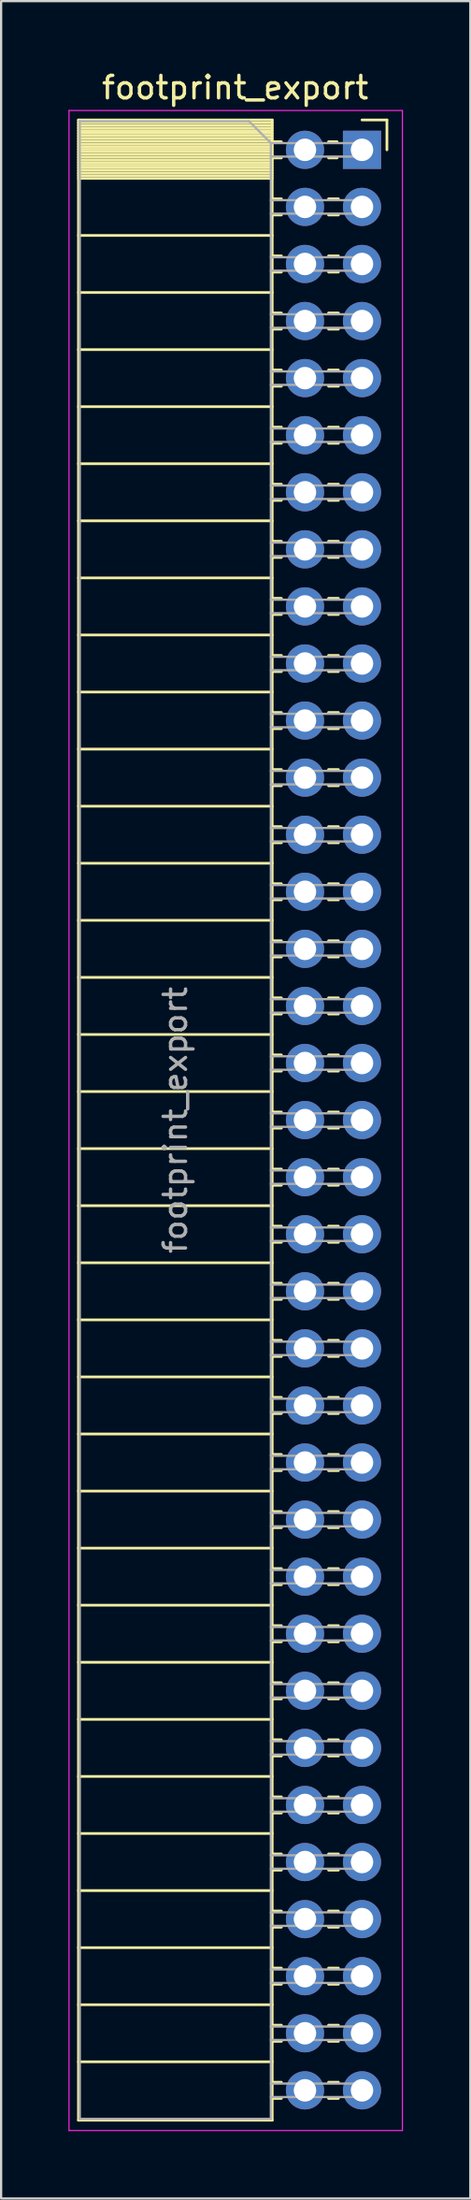
<source format=kicad_pcb>
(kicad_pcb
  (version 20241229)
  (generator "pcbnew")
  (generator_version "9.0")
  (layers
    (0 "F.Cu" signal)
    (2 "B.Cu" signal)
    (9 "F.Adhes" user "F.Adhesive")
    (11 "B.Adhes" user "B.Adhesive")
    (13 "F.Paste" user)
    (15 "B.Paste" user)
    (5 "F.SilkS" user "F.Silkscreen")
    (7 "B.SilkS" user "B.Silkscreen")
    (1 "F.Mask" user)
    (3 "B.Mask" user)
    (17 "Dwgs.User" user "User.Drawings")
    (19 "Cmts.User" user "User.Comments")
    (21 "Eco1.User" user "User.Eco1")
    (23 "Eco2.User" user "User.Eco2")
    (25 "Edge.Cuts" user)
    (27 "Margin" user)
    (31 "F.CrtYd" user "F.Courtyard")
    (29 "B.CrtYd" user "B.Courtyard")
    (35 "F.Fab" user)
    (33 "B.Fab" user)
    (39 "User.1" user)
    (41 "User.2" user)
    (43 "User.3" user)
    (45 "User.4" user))
  (footprint "footprint_export"
    (layer "F.Cu")
    (at 13.075 3.618)
    (property "Reference" "footprint_export" (at -5.65 -2.77 0) (layer "F.SilkS") (effects (font (size 1 1) (thickness 0.15))))
    (attr through_hole)
    (fp_line (start -12.63 -1.33) (end -12.63 87.69) (stroke (width 0.12) (type solid)) (layer "F.SilkS"))
    (fp_line (start -12.63 -1.33) (end -4 -1.33) (stroke (width 0.12) (type solid)) (layer "F.SilkS"))
    (fp_line (start -12.63 -1.21) (end -4 -1.21) (stroke (width 0.12) (type solid)) (layer "F.SilkS"))
    (fp_line (start -12.63 -1.092) (end -4 -1.092) (stroke (width 0.12) (type solid)) (layer "F.SilkS"))
    (fp_line (start -12.63 -0.974) (end -4 -0.974) (stroke (width 0.12) (type solid)) (layer "F.SilkS"))
    (fp_line (start -12.63 -0.856) (end -4 -0.856) (stroke (width 0.12) (type solid)) (layer "F.SilkS"))
    (fp_line (start -12.63 -0.738) (end -4 -0.738) (stroke (width 0.12) (type solid)) (layer "F.SilkS"))
    (fp_line (start -12.63 -0.62) (end -4 -0.62) (stroke (width 0.12) (type solid)) (layer "F.SilkS"))
    (fp_line (start -12.63 -0.501) (end -4 -0.501) (stroke (width 0.12) (type solid)) (layer "F.SilkS"))
    (fp_line (start -12.63 -0.383) (end -4 -0.383) (stroke (width 0.12) (type solid)) (layer "F.SilkS"))
    (fp_line (start -12.63 -0.265) (end -4 -0.265) (stroke (width 0.12) (type solid)) (layer "F.SilkS"))
    (fp_line (start -12.63 -0.147) (end -4 -0.147) (stroke (width 0.12) (type solid)) (layer "F.SilkS"))
    (fp_line (start -12.63 -0.029) (end -4 -0.029) (stroke (width 0.12) (type solid)) (layer "F.SilkS"))
    (fp_line (start -12.63 0.089) (end -4 0.089) (stroke (width 0.12) (type solid)) (layer "F.SilkS"))
    (fp_line (start -12.63 0.207) (end -4 0.207) (stroke (width 0.12) (type solid)) (layer "F.SilkS"))
    (fp_line (start -12.63 0.325) (end -4 0.325) (stroke (width 0.12) (type solid)) (layer "F.SilkS"))
    (fp_line (start -12.63 0.443) (end -4 0.443) (stroke (width 0.12) (type solid)) (layer "F.SilkS"))
    (fp_line (start -12.63 0.561) (end -4 0.561) (stroke (width 0.12) (type solid)) (layer "F.SilkS"))
    (fp_line (start -12.63 0.68) (end -4 0.68) (stroke (width 0.12) (type solid)) (layer "F.SilkS"))
    (fp_line (start -12.63 0.798) (end -4 0.798) (stroke (width 0.12) (type solid)) (layer "F.SilkS"))
    (fp_line (start -12.63 0.916) (end -4 0.916) (stroke (width 0.12) (type solid)) (layer "F.SilkS"))
    (fp_line (start -12.63 1.034) (end -4 1.034) (stroke (width 0.12) (type solid)) (layer "F.SilkS"))
    (fp_line (start -12.63 1.152) (end -4 1.152) (stroke (width 0.12) (type solid)) (layer "F.SilkS"))
    (fp_line (start -12.63 1.27) (end -4 1.27) (stroke (width 0.12) (type solid)) (layer "F.SilkS"))
    (fp_line (start -12.63 3.81) (end -4 3.81) (stroke (width 0.12) (type solid)) (layer "F.SilkS"))
    (fp_line (start -12.63 6.35) (end -4 6.35) (stroke (width 0.12) (type solid)) (layer "F.SilkS"))
    (fp_line (start -12.63 8.89) (end -4 8.89) (stroke (width 0.12) (type solid)) (layer "F.SilkS"))
    (fp_line (start -12.63 11.43) (end -4 11.43) (stroke (width 0.12) (type solid)) (layer "F.SilkS"))
    (fp_line (start -12.63 13.97) (end -4 13.97) (stroke (width 0.12) (type solid)) (layer "F.SilkS"))
    (fp_line (start -12.63 16.51) (end -4 16.51) (stroke (width 0.12) (type solid)) (layer "F.SilkS"))
    (fp_line (start -12.63 19.05) (end -4 19.05) (stroke (width 0.12) (type solid)) (layer "F.SilkS"))
    (fp_line (start -12.63 21.59) (end -4 21.59) (stroke (width 0.12) (type solid)) (layer "F.SilkS"))
    (fp_line (start -12.63 24.13) (end -4 24.13) (stroke (width 0.12) (type solid)) (layer "F.SilkS"))
    (fp_line (start -12.63 26.67) (end -4 26.67) (stroke (width 0.12) (type solid)) (layer "F.SilkS"))
    (fp_line (start -12.63 29.21) (end -4 29.21) (stroke (width 0.12) (type solid)) (layer "F.SilkS"))
    (fp_line (start -12.63 31.75) (end -4 31.75) (stroke (width 0.12) (type solid)) (layer "F.SilkS"))
    (fp_line (start -12.63 34.29) (end -4 34.29) (stroke (width 0.12) (type solid)) (layer "F.SilkS"))
    (fp_line (start -12.63 36.83) (end -4 36.83) (stroke (width 0.12) (type solid)) (layer "F.SilkS"))
    (fp_line (start -12.63 39.37) (end -4 39.37) (stroke (width 0.12) (type solid)) (layer "F.SilkS"))
    (fp_line (start -12.63 41.91) (end -4 41.91) (stroke (width 0.12) (type solid)) (layer "F.SilkS"))
    (fp_line (start -12.63 44.45) (end -4 44.45) (stroke (width 0.12) (type solid)) (layer "F.SilkS"))
    (fp_line (start -12.63 46.99) (end -4 46.99) (stroke (width 0.12) (type solid)) (layer "F.SilkS"))
    (fp_line (start -12.63 49.53) (end -4 49.53) (stroke (width 0.12) (type solid)) (layer "F.SilkS"))
    (fp_line (start -12.63 52.07) (end -4 52.07) (stroke (width 0.12) (type solid)) (layer "F.SilkS"))
    (fp_line (start -12.63 54.61) (end -4 54.61) (stroke (width 0.12) (type solid)) (layer "F.SilkS"))
    (fp_line (start -12.63 57.15) (end -4 57.15) (stroke (width 0.12) (type solid)) (layer "F.SilkS"))
    (fp_line (start -12.63 59.69) (end -4 59.69) (stroke (width 0.12) (type solid)) (layer "F.SilkS"))
    (fp_line (start -12.63 62.23) (end -4 62.23) (stroke (width 0.12) (type solid)) (layer "F.SilkS"))
    (fp_line (start -12.63 64.77) (end -4 64.77) (stroke (width 0.12) (type solid)) (layer "F.SilkS"))
    (fp_line (start -12.63 67.31) (end -4 67.31) (stroke (width 0.12) (type solid)) (layer "F.SilkS"))
    (fp_line (start -12.63 69.85) (end -4 69.85) (stroke (width 0.12) (type solid)) (layer "F.SilkS"))
    (fp_line (start -12.63 72.39) (end -4 72.39) (stroke (width 0.12) (type solid)) (layer "F.SilkS"))
    (fp_line (start -12.63 74.93) (end -4 74.93) (stroke (width 0.12) (type solid)) (layer "F.SilkS"))
    (fp_line (start -12.63 77.47) (end -4 77.47) (stroke (width 0.12) (type solid)) (layer "F.SilkS"))
    (fp_line (start -12.63 80.01) (end -4 80.01) (stroke (width 0.12) (type solid)) (layer "F.SilkS"))
    (fp_line (start -12.63 82.55) (end -4 82.55) (stroke (width 0.12) (type solid)) (layer "F.SilkS"))
    (fp_line (start -12.63 85.09) (end -4 85.09) (stroke (width 0.12) (type solid)) (layer "F.SilkS"))
    (fp_line (start -12.63 87.69) (end -4 87.69) (stroke (width 0.12) (type solid)) (layer "F.SilkS"))
    (fp_line (start -4 -1.33) (end -4 87.69) (stroke (width 0.12) (type solid)) (layer "F.SilkS"))
    (fp_line (start -4 -0.36) (end -3.59 -0.36) (stroke (width 0.12) (type solid)) (layer "F.SilkS"))
    (fp_line (start -4 0.36) (end -3.59 0.36) (stroke (width 0.12) (type solid)) (layer "F.SilkS"))
    (fp_line (start -4 2.18) (end -3.59 2.18) (stroke (width 0.12) (type solid)) (layer "F.SilkS"))
    (fp_line (start -4 2.9) (end -3.59 2.9) (stroke (width 0.12) (type solid)) (layer "F.SilkS"))
    (fp_line (start -4 4.72) (end -3.59 4.72) (stroke (width 0.12) (type solid)) (layer "F.SilkS"))
    (fp_line (start -4 5.44) (end -3.59 5.44) (stroke (width 0.12) (type solid)) (layer "F.SilkS"))
    (fp_line (start -4 7.26) (end -3.59 7.26) (stroke (width 0.12) (type solid)) (layer "F.SilkS"))
    (fp_line (start -4 7.98) (end -3.59 7.98) (stroke (width 0.12) (type solid)) (layer "F.SilkS"))
    (fp_line (start -4 9.8) (end -3.59 9.8) (stroke (width 0.12) (type solid)) (layer "F.SilkS"))
    (fp_line (start -4 10.52) (end -3.59 10.52) (stroke (width 0.12) (type solid)) (layer "F.SilkS"))
    (fp_line (start -4 12.34) (end -3.59 12.34) (stroke (width 0.12) (type solid)) (layer "F.SilkS"))
    (fp_line (start -4 13.06) (end -3.59 13.06) (stroke (width 0.12) (type solid)) (layer "F.SilkS"))
    (fp_line (start -4 14.88) (end -3.59 14.88) (stroke (width 0.12) (type solid)) (layer "F.SilkS"))
    (fp_line (start -4 15.6) (end -3.59 15.6) (stroke (width 0.12) (type solid)) (layer "F.SilkS"))
    (fp_line (start -4 17.42) (end -3.59 17.42) (stroke (width 0.12) (type solid)) (layer "F.SilkS"))
    (fp_line (start -4 18.14) (end -3.59 18.14) (stroke (width 0.12) (type solid)) (layer "F.SilkS"))
    (fp_line (start -4 19.96) (end -3.59 19.96) (stroke (width 0.12) (type solid)) (layer "F.SilkS"))
    (fp_line (start -4 20.68) (end -3.59 20.68) (stroke (width 0.12) (type solid)) (layer "F.SilkS"))
    (fp_line (start -4 22.5) (end -3.59 22.5) (stroke (width 0.12) (type solid)) (layer "F.SilkS"))
    (fp_line (start -4 23.22) (end -3.59 23.22) (stroke (width 0.12) (type solid)) (layer "F.SilkS"))
    (fp_line (start -4 25.04) (end -3.59 25.04) (stroke (width 0.12) (type solid)) (layer "F.SilkS"))
    (fp_line (start -4 25.76) (end -3.59 25.76) (stroke (width 0.12) (type solid)) (layer "F.SilkS"))
    (fp_line (start -4 27.58) (end -3.59 27.58) (stroke (width 0.12) (type solid)) (layer "F.SilkS"))
    (fp_line (start -4 28.3) (end -3.59 28.3) (stroke (width 0.12) (type solid)) (layer "F.SilkS"))
    (fp_line (start -4 30.12) (end -3.59 30.12) (stroke (width 0.12) (type solid)) (layer "F.SilkS"))
    (fp_line (start -4 30.84) (end -3.59 30.84) (stroke (width 0.12) (type solid)) (layer "F.SilkS"))
    (fp_line (start -4 32.66) (end -3.59 32.66) (stroke (width 0.12) (type solid)) (layer "F.SilkS"))
    (fp_line (start -4 33.38) (end -3.59 33.38) (stroke (width 0.12) (type solid)) (layer "F.SilkS"))
    (fp_line (start -4 35.2) (end -3.59 35.2) (stroke (width 0.12) (type solid)) (layer "F.SilkS"))
    (fp_line (start -4 35.92) (end -3.59 35.92) (stroke (width 0.12) (type solid)) (layer "F.SilkS"))
    (fp_line (start -4 37.74) (end -3.59 37.74) (stroke (width 0.12) (type solid)) (layer "F.SilkS"))
    (fp_line (start -4 38.46) (end -3.59 38.46) (stroke (width 0.12) (type solid)) (layer "F.SilkS"))
    (fp_line (start -4 40.28) (end -3.59 40.28) (stroke (width 0.12) (type solid)) (layer "F.SilkS"))
    (fp_line (start -4 41) (end -3.59 41) (stroke (width 0.12) (type solid)) (layer "F.SilkS"))
    (fp_line (start -4 42.82) (end -3.59 42.82) (stroke (width 0.12) (type solid)) (layer "F.SilkS"))
    (fp_line (start -4 43.54) (end -3.59 43.54) (stroke (width 0.12) (type solid)) (layer "F.SilkS"))
    (fp_line (start -4 45.36) (end -3.59 45.36) (stroke (width 0.12) (type solid)) (layer "F.SilkS"))
    (fp_line (start -4 46.08) (end -3.59 46.08) (stroke (width 0.12) (type solid)) (layer "F.SilkS"))
    (fp_line (start -4 47.9) (end -3.59 47.9) (stroke (width 0.12) (type solid)) (layer "F.SilkS"))
    (fp_line (start -4 48.62) (end -3.59 48.62) (stroke (width 0.12) (type solid)) (layer "F.SilkS"))
    (fp_line (start -4 50.44) (end -3.59 50.44) (stroke (width 0.12) (type solid)) (layer "F.SilkS"))
    (fp_line (start -4 51.16) (end -3.59 51.16) (stroke (width 0.12) (type solid)) (layer "F.SilkS"))
    (fp_line (start -4 52.98) (end -3.59 52.98) (stroke (width 0.12) (type solid)) (layer "F.SilkS"))
    (fp_line (start -4 53.7) (end -3.59 53.7) (stroke (width 0.12) (type solid)) (layer "F.SilkS"))
    (fp_line (start -4 55.52) (end -3.59 55.52) (stroke (width 0.12) (type solid)) (layer "F.SilkS"))
    (fp_line (start -4 56.24) (end -3.59 56.24) (stroke (width 0.12) (type solid)) (layer "F.SilkS"))
    (fp_line (start -4 58.06) (end -3.59 58.06) (stroke (width 0.12) (type solid)) (layer "F.SilkS"))
    (fp_line (start -4 58.78) (end -3.59 58.78) (stroke (width 0.12) (type solid)) (layer "F.SilkS"))
    (fp_line (start -4 60.6) (end -3.59 60.6) (stroke (width 0.12) (type solid)) (layer "F.SilkS"))
    (fp_line (start -4 61.32) (end -3.59 61.32) (stroke (width 0.12) (type solid)) (layer "F.SilkS"))
    (fp_line (start -4 63.14) (end -3.59 63.14) (stroke (width 0.12) (type solid)) (layer "F.SilkS"))
    (fp_line (start -4 63.86) (end -3.59 63.86) (stroke (width 0.12) (type solid)) (layer "F.SilkS"))
    (fp_line (start -4 65.68) (end -3.59 65.68) (stroke (width 0.12) (type solid)) (layer "F.SilkS"))
    (fp_line (start -4 66.4) (end -3.59 66.4) (stroke (width 0.12) (type solid)) (layer "F.SilkS"))
    (fp_line (start -4 68.22) (end -3.59 68.22) (stroke (width 0.12) (type solid)) (layer "F.SilkS"))
    (fp_line (start -4 68.94) (end -3.59 68.94) (stroke (width 0.12) (type solid)) (layer "F.SilkS"))
    (fp_line (start -4 70.76) (end -3.59 70.76) (stroke (width 0.12) (type solid)) (layer "F.SilkS"))
    (fp_line (start -4 71.48) (end -3.59 71.48) (stroke (width 0.12) (type solid)) (layer "F.SilkS"))
    (fp_line (start -4 73.3) (end -3.59 73.3) (stroke (width 0.12) (type solid)) (layer "F.SilkS"))
    (fp_line (start -4 74.02) (end -3.59 74.02) (stroke (width 0.12) (type solid)) (layer "F.SilkS"))
    (fp_line (start -4 75.84) (end -3.59 75.84) (stroke (width 0.12) (type solid)) (layer "F.SilkS"))
    (fp_line (start -4 76.56) (end -3.59 76.56) (stroke (width 0.12) (type solid)) (layer "F.SilkS"))
    (fp_line (start -4 78.38) (end -3.59 78.38) (stroke (width 0.12) (type solid)) (layer "F.SilkS"))
    (fp_line (start -4 79.1) (end -3.59 79.1) (stroke (width 0.12) (type solid)) (layer "F.SilkS"))
    (fp_line (start -4 80.92) (end -3.59 80.92) (stroke (width 0.12) (type solid)) (layer "F.SilkS"))
    (fp_line (start -4 81.64) (end -3.59 81.64) (stroke (width 0.12) (type solid)) (layer "F.SilkS"))
    (fp_line (start -4 83.46) (end -3.59 83.46) (stroke (width 0.12) (type solid)) (layer "F.SilkS"))
    (fp_line (start -4 84.18) (end -3.59 84.18) (stroke (width 0.12) (type solid)) (layer "F.SilkS"))
    (fp_line (start -4 86) (end -3.59 86) (stroke (width 0.12) (type solid)) (layer "F.SilkS"))
    (fp_line (start -4 86.72) (end -3.59 86.72) (stroke (width 0.12) (type solid)) (layer "F.SilkS"))
    (fp_line (start -1.49 -0.36) (end -1.11 -0.36) (stroke (width 0.12) (type solid)) (layer "F.SilkS"))
    (fp_line (start -1.49 0.36) (end -1.11 0.36) (stroke (width 0.12) (type solid)) (layer "F.SilkS"))
    (fp_line (start -1.49 2.18) (end -1.05 2.18) (stroke (width 0.12) (type solid)) (layer "F.SilkS"))
    (fp_line (start -1.49 2.9) (end -1.05 2.9) (stroke (width 0.12) (type solid)) (layer "F.SilkS"))
    (fp_line (start -1.49 4.72) (end -1.05 4.72) (stroke (width 0.12) (type solid)) (layer "F.SilkS"))
    (fp_line (start -1.49 5.44) (end -1.05 5.44) (stroke (width 0.12) (type solid)) (layer "F.SilkS"))
    (fp_line (start -1.49 7.26) (end -1.05 7.26) (stroke (width 0.12) (type solid)) (layer "F.SilkS"))
    (fp_line (start -1.49 7.98) (end -1.05 7.98) (stroke (width 0.12) (type solid)) (layer "F.SilkS"))
    (fp_line (start -1.49 9.8) (end -1.05 9.8) (stroke (width 0.12) (type solid)) (layer "F.SilkS"))
    (fp_line (start -1.49 10.52) (end -1.05 10.52) (stroke (width 0.12) (type solid)) (layer "F.SilkS"))
    (fp_line (start -1.49 12.34) (end -1.05 12.34) (stroke (width 0.12) (type solid)) (layer "F.SilkS"))
    (fp_line (start -1.49 13.06) (end -1.05 13.06) (stroke (width 0.12) (type solid)) (layer "F.SilkS"))
    (fp_line (start -1.49 14.88) (end -1.05 14.88) (stroke (width 0.12) (type solid)) (layer "F.SilkS"))
    (fp_line (start -1.49 15.6) (end -1.05 15.6) (stroke (width 0.12) (type solid)) (layer "F.SilkS"))
    (fp_line (start -1.49 17.42) (end -1.05 17.42) (stroke (width 0.12) (type solid)) (layer "F.SilkS"))
    (fp_line (start -1.49 18.14) (end -1.05 18.14) (stroke (width 0.12) (type solid)) (layer "F.SilkS"))
    (fp_line (start -1.49 19.96) (end -1.05 19.96) (stroke (width 0.12) (type solid)) (layer "F.SilkS"))
    (fp_line (start -1.49 20.68) (end -1.05 20.68) (stroke (width 0.12) (type solid)) (layer "F.SilkS"))
    (fp_line (start -1.49 22.5) (end -1.05 22.5) (stroke (width 0.12) (type solid)) (layer "F.SilkS"))
    (fp_line (start -1.49 23.22) (end -1.05 23.22) (stroke (width 0.12) (type solid)) (layer "F.SilkS"))
    (fp_line (start -1.49 25.04) (end -1.05 25.04) (stroke (width 0.12) (type solid)) (layer "F.SilkS"))
    (fp_line (start -1.49 25.76) (end -1.05 25.76) (stroke (width 0.12) (type solid)) (layer "F.SilkS"))
    (fp_line (start -1.49 27.58) (end -1.05 27.58) (stroke (width 0.12) (type solid)) (layer "F.SilkS"))
    (fp_line (start -1.49 28.3) (end -1.05 28.3) (stroke (width 0.12) (type solid)) (layer "F.SilkS"))
    (fp_line (start -1.49 30.12) (end -1.05 30.12) (stroke (width 0.12) (type solid)) (layer "F.SilkS"))
    (fp_line (start -1.49 30.84) (end -1.05 30.84) (stroke (width 0.12) (type solid)) (layer "F.SilkS"))
    (fp_line (start -1.49 32.66) (end -1.05 32.66) (stroke (width 0.12) (type solid)) (layer "F.SilkS"))
    (fp_line (start -1.49 33.38) (end -1.05 33.38) (stroke (width 0.12) (type solid)) (layer "F.SilkS"))
    (fp_line (start -1.49 35.2) (end -1.05 35.2) (stroke (width 0.12) (type solid)) (layer "F.SilkS"))
    (fp_line (start -1.49 35.92) (end -1.05 35.92) (stroke (width 0.12) (type solid)) (layer "F.SilkS"))
    (fp_line (start -1.49 37.74) (end -1.05 37.74) (stroke (width 0.12) (type solid)) (layer "F.SilkS"))
    (fp_line (start -1.49 38.46) (end -1.05 38.46) (stroke (width 0.12) (type solid)) (layer "F.SilkS"))
    (fp_line (start -1.49 40.28) (end -1.05 40.28) (stroke (width 0.12) (type solid)) (layer "F.SilkS"))
    (fp_line (start -1.49 41) (end -1.05 41) (stroke (width 0.12) (type solid)) (layer "F.SilkS"))
    (fp_line (start -1.49 42.82) (end -1.05 42.82) (stroke (width 0.12) (type solid)) (layer "F.SilkS"))
    (fp_line (start -1.49 43.54) (end -1.05 43.54) (stroke (width 0.12) (type solid)) (layer "F.SilkS"))
    (fp_line (start -1.49 45.36) (end -1.05 45.36) (stroke (width 0.12) (type solid)) (layer "F.SilkS"))
    (fp_line (start -1.49 46.08) (end -1.05 46.08) (stroke (width 0.12) (type solid)) (layer "F.SilkS"))
    (fp_line (start -1.49 47.9) (end -1.05 47.9) (stroke (width 0.12) (type solid)) (layer "F.SilkS"))
    (fp_line (start -1.49 48.62) (end -1.05 48.62) (stroke (width 0.12) (type solid)) (layer "F.SilkS"))
    (fp_line (start -1.49 50.44) (end -1.05 50.44) (stroke (width 0.12) (type solid)) (layer "F.SilkS"))
    (fp_line (start -1.49 51.16) (end -1.05 51.16) (stroke (width 0.12) (type solid)) (layer "F.SilkS"))
    (fp_line (start -1.49 52.98) (end -1.05 52.98) (stroke (width 0.12) (type solid)) (layer "F.SilkS"))
    (fp_line (start -1.49 53.7) (end -1.05 53.7) (stroke (width 0.12) (type solid)) (layer "F.SilkS"))
    (fp_line (start -1.49 55.52) (end -1.05 55.52) (stroke (width 0.12) (type solid)) (layer "F.SilkS"))
    (fp_line (start -1.49 56.24) (end -1.05 56.24) (stroke (width 0.12) (type solid)) (layer "F.SilkS"))
    (fp_line (start -1.49 58.06) (end -1.05 58.06) (stroke (width 0.12) (type solid)) (layer "F.SilkS"))
    (fp_line (start -1.49 58.78) (end -1.05 58.78) (stroke (width 0.12) (type solid)) (layer "F.SilkS"))
    (fp_line (start -1.49 60.6) (end -1.05 60.6) (stroke (width 0.12) (type solid)) (layer "F.SilkS"))
    (fp_line (start -1.49 61.32) (end -1.05 61.32) (stroke (width 0.12) (type solid)) (layer "F.SilkS"))
    (fp_line (start -1.49 63.14) (end -1.05 63.14) (stroke (width 0.12) (type solid)) (layer "F.SilkS"))
    (fp_line (start -1.49 63.86) (end -1.05 63.86) (stroke (width 0.12) (type solid)) (layer "F.SilkS"))
    (fp_line (start -1.49 65.68) (end -1.05 65.68) (stroke (width 0.12) (type solid)) (layer "F.SilkS"))
    (fp_line (start -1.49 66.4) (end -1.05 66.4) (stroke (width 0.12) (type solid)) (layer "F.SilkS"))
    (fp_line (start -1.49 68.22) (end -1.05 68.22) (stroke (width 0.12) (type solid)) (layer "F.SilkS"))
    (fp_line (start -1.49 68.94) (end -1.05 68.94) (stroke (width 0.12) (type solid)) (layer "F.SilkS"))
    (fp_line (start -1.49 70.76) (end -1.05 70.76) (stroke (width 0.12) (type solid)) (layer "F.SilkS"))
    (fp_line (start -1.49 71.48) (end -1.05 71.48) (stroke (width 0.12) (type solid)) (layer "F.SilkS"))
    (fp_line (start -1.49 73.3) (end -1.05 73.3) (stroke (width 0.12) (type solid)) (layer "F.SilkS"))
    (fp_line (start -1.49 74.02) (end -1.05 74.02) (stroke (width 0.12) (type solid)) (layer "F.SilkS"))
    (fp_line (start -1.49 75.84) (end -1.05 75.84) (stroke (width 0.12) (type solid)) (layer "F.SilkS"))
    (fp_line (start -1.49 76.56) (end -1.05 76.56) (stroke (width 0.12) (type solid)) (layer "F.SilkS"))
    (fp_line (start -1.49 78.38) (end -1.05 78.38) (stroke (width 0.12) (type solid)) (layer "F.SilkS"))
    (fp_line (start -1.49 79.1) (end -1.05 79.1) (stroke (width 0.12) (type solid)) (layer "F.SilkS"))
    (fp_line (start -1.49 80.92) (end -1.05 80.92) (stroke (width 0.12) (type solid)) (layer "F.SilkS"))
    (fp_line (start -1.49 81.64) (end -1.05 81.64) (stroke (width 0.12) (type solid)) (layer "F.SilkS"))
    (fp_line (start -1.49 83.46) (end -1.05 83.46) (stroke (width 0.12) (type solid)) (layer "F.SilkS"))
    (fp_line (start -1.49 84.18) (end -1.05 84.18) (stroke (width 0.12) (type solid)) (layer "F.SilkS"))
    (fp_line (start -1.49 86) (end -1.05 86) (stroke (width 0.12) (type solid)) (layer "F.SilkS"))
    (fp_line (start -1.49 86.72) (end -1.05 86.72) (stroke (width 0.12) (type solid)) (layer "F.SilkS"))
    (fp_line (start 0 -1.33) (end 1.11 -1.33) (stroke (width 0.12) (type solid)) (layer "F.SilkS"))
    (fp_line (start 1.11 -1.33) (end 1.11 0) (stroke (width 0.12) (type solid)) (layer "F.SilkS"))
    (fp_line (start -13.05 -1.75) (end -13.05 88.15) (stroke (width 0.05) (type solid)) (layer "F.CrtYd"))
    (fp_line (start -13.05 88.15) (end 1.8 88.15) (stroke (width 0.05) (type solid)) (layer "F.CrtYd"))
    (fp_line (start 1.8 -1.75) (end -13.05 -1.75) (stroke (width 0.05) (type solid)) (layer "F.CrtYd"))
    (fp_line (start 1.8 88.15) (end 1.8 -1.75) (stroke (width 0.05) (type solid)) (layer "F.CrtYd"))
    (fp_line (start -12.57 -1.27) (end -5.03 -1.27) (stroke (width 0.1) (type solid)) (layer "F.Fab"))
    (fp_line (start -12.57 87.63) (end -12.57 -1.27) (stroke (width 0.1) (type solid)) (layer "F.Fab"))
    (fp_line (start -5.03 -1.27) (end -4.06 -0.3) (stroke (width 0.1) (type solid)) (layer "F.Fab"))
    (fp_line (start -4.06 -0.3) (end -4.06 87.63) (stroke (width 0.1) (type solid)) (layer "F.Fab"))
    (fp_line (start -4.06 0.3) (end 0 0.3) (stroke (width 0.1) (type solid)) (layer "F.Fab"))
    (fp_line (start -4.06 2.84) (end 0 2.84) (stroke (width 0.1) (type solid)) (layer "F.Fab"))
    (fp_line (start -4.06 5.38) (end 0 5.38) (stroke (width 0.1) (type solid)) (layer "F.Fab"))
    (fp_line (start -4.06 7.92) (end 0 7.92) (stroke (width 0.1) (type solid)) (layer "F.Fab"))
    (fp_line (start -4.06 10.46) (end 0 10.46) (stroke (width 0.1) (type solid)) (layer "F.Fab"))
    (fp_line (start -4.06 13) (end 0 13) (stroke (width 0.1) (type solid)) (layer "F.Fab"))
    (fp_line (start -4.06 15.54) (end 0 15.54) (stroke (width 0.1) (type solid)) (layer "F.Fab"))
    (fp_line (start -4.06 18.08) (end 0 18.08) (stroke (width 0.1) (type solid)) (layer "F.Fab"))
    (fp_line (start -4.06 20.62) (end 0 20.62) (stroke (width 0.1) (type solid)) (layer "F.Fab"))
    (fp_line (start -4.06 23.16) (end 0 23.16) (stroke (width 0.1) (type solid)) (layer "F.Fab"))
    (fp_line (start -4.06 25.7) (end 0 25.7) (stroke (width 0.1) (type solid)) (layer "F.Fab"))
    (fp_line (start -4.06 28.24) (end 0 28.24) (stroke (width 0.1) (type solid)) (layer "F.Fab"))
    (fp_line (start -4.06 30.78) (end 0 30.78) (stroke (width 0.1) (type solid)) (layer "F.Fab"))
    (fp_line (start -4.06 33.32) (end 0 33.32) (stroke (width 0.1) (type solid)) (layer "F.Fab"))
    (fp_line (start -4.06 35.86) (end 0 35.86) (stroke (width 0.1) (type solid)) (layer "F.Fab"))
    (fp_line (start -4.06 38.4) (end 0 38.4) (stroke (width 0.1) (type solid)) (layer "F.Fab"))
    (fp_line (start -4.06 40.94) (end 0 40.94) (stroke (width 0.1) (type solid)) (layer "F.Fab"))
    (fp_line (start -4.06 43.48) (end 0 43.48) (stroke (width 0.1) (type solid)) (layer "F.Fab"))
    (fp_line (start -4.06 46.02) (end 0 46.02) (stroke (width 0.1) (type solid)) (layer "F.Fab"))
    (fp_line (start -4.06 48.56) (end 0 48.56) (stroke (width 0.1) (type solid)) (layer "F.Fab"))
    (fp_line (start -4.06 51.1) (end 0 51.1) (stroke (width 0.1) (type solid)) (layer "F.Fab"))
    (fp_line (start -4.06 53.64) (end 0 53.64) (stroke (width 0.1) (type solid)) (layer "F.Fab"))
    (fp_line (start -4.06 56.18) (end 0 56.18) (stroke (width 0.1) (type solid)) (layer "F.Fab"))
    (fp_line (start -4.06 58.72) (end 0 58.72) (stroke (width 0.1) (type solid)) (layer "F.Fab"))
    (fp_line (start -4.06 61.26) (end 0 61.26) (stroke (width 0.1) (type solid)) (layer "F.Fab"))
    (fp_line (start -4.06 63.8) (end 0 63.8) (stroke (width 0.1) (type solid)) (layer "F.Fab"))
    (fp_line (start -4.06 66.34) (end 0 66.34) (stroke (width 0.1) (type solid)) (layer "F.Fab"))
    (fp_line (start -4.06 68.88) (end 0 68.88) (stroke (width 0.1) (type solid)) (layer "F.Fab"))
    (fp_line (start -4.06 71.42) (end 0 71.42) (stroke (width 0.1) (type solid)) (layer "F.Fab"))
    (fp_line (start -4.06 73.96) (end 0 73.96) (stroke (width 0.1) (type solid)) (layer "F.Fab"))
    (fp_line (start -4.06 76.5) (end 0 76.5) (stroke (width 0.1) (type solid)) (layer "F.Fab"))
    (fp_line (start -4.06 79.04) (end 0 79.04) (stroke (width 0.1) (type solid)) (layer "F.Fab"))
    (fp_line (start -4.06 81.58) (end 0 81.58) (stroke (width 0.1) (type solid)) (layer "F.Fab"))
    (fp_line (start -4.06 84.12) (end 0 84.12) (stroke (width 0.1) (type solid)) (layer "F.Fab"))
    (fp_line (start -4.06 86.66) (end 0 86.66) (stroke (width 0.1) (type solid)) (layer "F.Fab"))
    (fp_line (start -4.06 87.63) (end -12.57 87.63) (stroke (width 0.1) (type solid)) (layer "F.Fab"))
    (fp_line (start 0 -0.3) (end -4.06 -0.3) (stroke (width 0.1) (type solid)) (layer "F.Fab"))
    (fp_line (start 0 0.3) (end 0 -0.3) (stroke (width 0.1) (type solid)) (layer "F.Fab"))
    (fp_line (start 0 2.24) (end -4.06 2.24) (stroke (width 0.1) (type solid)) (layer "F.Fab"))
    (fp_line (start 0 2.84) (end 0 2.24) (stroke (width 0.1) (type solid)) (layer "F.Fab"))
    (fp_line (start 0 4.78) (end -4.06 4.78) (stroke (width 0.1) (type solid)) (layer "F.Fab"))
    (fp_line (start 0 5.38) (end 0 4.78) (stroke (width 0.1) (type solid)) (layer "F.Fab"))
    (fp_line (start 0 7.32) (end -4.06 7.32) (stroke (width 0.1) (type solid)) (layer "F.Fab"))
    (fp_line (start 0 7.92) (end 0 7.32) (stroke (width 0.1) (type solid)) (layer "F.Fab"))
    (fp_line (start 0 9.86) (end -4.06 9.86) (stroke (width 0.1) (type solid)) (layer "F.Fab"))
    (fp_line (start 0 10.46) (end 0 9.86) (stroke (width 0.1) (type solid)) (layer "F.Fab"))
    (fp_line (start 0 12.4) (end -4.06 12.4) (stroke (width 0.1) (type solid)) (layer "F.Fab"))
    (fp_line (start 0 13) (end 0 12.4) (stroke (width 0.1) (type solid)) (layer "F.Fab"))
    (fp_line (start 0 14.94) (end -4.06 14.94) (stroke (width 0.1) (type solid)) (layer "F.Fab"))
    (fp_line (start 0 15.54) (end 0 14.94) (stroke (width 0.1) (type solid)) (layer "F.Fab"))
    (fp_line (start 0 17.48) (end -4.06 17.48) (stroke (width 0.1) (type solid)) (layer "F.Fab"))
    (fp_line (start 0 18.08) (end 0 17.48) (stroke (width 0.1) (type solid)) (layer "F.Fab"))
    (fp_line (start 0 20.02) (end -4.06 20.02) (stroke (width 0.1) (type solid)) (layer "F.Fab"))
    (fp_line (start 0 20.62) (end 0 20.02) (stroke (width 0.1) (type solid)) (layer "F.Fab"))
    (fp_line (start 0 22.56) (end -4.06 22.56) (stroke (width 0.1) (type solid)) (layer "F.Fab"))
    (fp_line (start 0 23.16) (end 0 22.56) (stroke (width 0.1) (type solid)) (layer "F.Fab"))
    (fp_line (start 0 25.1) (end -4.06 25.1) (stroke (width 0.1) (type solid)) (layer "F.Fab"))
    (fp_line (start 0 25.7) (end 0 25.1) (stroke (width 0.1) (type solid)) (layer "F.Fab"))
    (fp_line (start 0 27.64) (end -4.06 27.64) (stroke (width 0.1) (type solid)) (layer "F.Fab"))
    (fp_line (start 0 28.24) (end 0 27.64) (stroke (width 0.1) (type solid)) (layer "F.Fab"))
    (fp_line (start 0 30.18) (end -4.06 30.18) (stroke (width 0.1) (type solid)) (layer "F.Fab"))
    (fp_line (start 0 30.78) (end 0 30.18) (stroke (width 0.1) (type solid)) (layer "F.Fab"))
    (fp_line (start 0 32.72) (end -4.06 32.72) (stroke (width 0.1) (type solid)) (layer "F.Fab"))
    (fp_line (start 0 33.32) (end 0 32.72) (stroke (width 0.1) (type solid)) (layer "F.Fab"))
    (fp_line (start 0 35.26) (end -4.06 35.26) (stroke (width 0.1) (type solid)) (layer "F.Fab"))
    (fp_line (start 0 35.86) (end 0 35.26) (stroke (width 0.1) (type solid)) (layer "F.Fab"))
    (fp_line (start 0 37.8) (end -4.06 37.8) (stroke (width 0.1) (type solid)) (layer "F.Fab"))
    (fp_line (start 0 38.4) (end 0 37.8) (stroke (width 0.1) (type solid)) (layer "F.Fab"))
    (fp_line (start 0 40.34) (end -4.06 40.34) (stroke (width 0.1) (type solid)) (layer "F.Fab"))
    (fp_line (start 0 40.94) (end 0 40.34) (stroke (width 0.1) (type solid)) (layer "F.Fab"))
    (fp_line (start 0 42.88) (end -4.06 42.88) (stroke (width 0.1) (type solid)) (layer "F.Fab"))
    (fp_line (start 0 43.48) (end 0 42.88) (stroke (width 0.1) (type solid)) (layer "F.Fab"))
    (fp_line (start 0 45.42) (end -4.06 45.42) (stroke (width 0.1) (type solid)) (layer "F.Fab"))
    (fp_line (start 0 46.02) (end 0 45.42) (stroke (width 0.1) (type solid)) (layer "F.Fab"))
    (fp_line (start 0 47.96) (end -4.06 47.96) (stroke (width 0.1) (type solid)) (layer "F.Fab"))
    (fp_line (start 0 48.56) (end 0 47.96) (stroke (width 0.1) (type solid)) (layer "F.Fab"))
    (fp_line (start 0 50.5) (end -4.06 50.5) (stroke (width 0.1) (type solid)) (layer "F.Fab"))
    (fp_line (start 0 51.1) (end 0 50.5) (stroke (width 0.1) (type solid)) (layer "F.Fab"))
    (fp_line (start 0 53.04) (end -4.06 53.04) (stroke (width 0.1) (type solid)) (layer "F.Fab"))
    (fp_line (start 0 53.64) (end 0 53.04) (stroke (width 0.1) (type solid)) (layer "F.Fab"))
    (fp_line (start 0 55.58) (end -4.06 55.58) (stroke (width 0.1) (type solid)) (layer "F.Fab"))
    (fp_line (start 0 56.18) (end 0 55.58) (stroke (width 0.1) (type solid)) (layer "F.Fab"))
    (fp_line (start 0 58.12) (end -4.06 58.12) (stroke (width 0.1) (type solid)) (layer "F.Fab"))
    (fp_line (start 0 58.72) (end 0 58.12) (stroke (width 0.1) (type solid)) (layer "F.Fab"))
    (fp_line (start 0 60.66) (end -4.06 60.66) (stroke (width 0.1) (type solid)) (layer "F.Fab"))
    (fp_line (start 0 61.26) (end 0 60.66) (stroke (width 0.1) (type solid)) (layer "F.Fab"))
    (fp_line (start 0 63.2) (end -4.06 63.2) (stroke (width 0.1) (type solid)) (layer "F.Fab"))
    (fp_line (start 0 63.8) (end 0 63.2) (stroke (width 0.1) (type solid)) (layer "F.Fab"))
    (fp_line (start 0 65.74) (end -4.06 65.74) (stroke (width 0.1) (type solid)) (layer "F.Fab"))
    (fp_line (start 0 66.34) (end 0 65.74) (stroke (width 0.1) (type solid)) (layer "F.Fab"))
    (fp_line (start 0 68.28) (end -4.06 68.28) (stroke (width 0.1) (type solid)) (layer "F.Fab"))
    (fp_line (start 0 68.88) (end 0 68.28) (stroke (width 0.1) (type solid)) (layer "F.Fab"))
    (fp_line (start 0 70.82) (end -4.06 70.82) (stroke (width 0.1) (type solid)) (layer "F.Fab"))
    (fp_line (start 0 71.42) (end 0 70.82) (stroke (width 0.1) (type solid)) (layer "F.Fab"))
    (fp_line (start 0 73.36) (end -4.06 73.36) (stroke (width 0.1) (type solid)) (layer "F.Fab"))
    (fp_line (start 0 73.96) (end 0 73.36) (stroke (width 0.1) (type solid)) (layer "F.Fab"))
    (fp_line (start 0 75.9) (end -4.06 75.9) (stroke (width 0.1) (type solid)) (layer "F.Fab"))
    (fp_line (start 0 76.5) (end 0 75.9) (stroke (width 0.1) (type solid)) (layer "F.Fab"))
    (fp_line (start 0 78.44) (end -4.06 78.44) (stroke (width 0.1) (type solid)) (layer "F.Fab"))
    (fp_line (start 0 79.04) (end 0 78.44) (stroke (width 0.1) (type solid)) (layer "F.Fab"))
    (fp_line (start 0 80.98) (end -4.06 80.98) (stroke (width 0.1) (type solid)) (layer "F.Fab"))
    (fp_line (start 0 81.58) (end 0 80.98) (stroke (width 0.1) (type solid)) (layer "F.Fab"))
    (fp_line (start 0 83.52) (end -4.06 83.52) (stroke (width 0.1) (type solid)) (layer "F.Fab"))
    (fp_line (start 0 84.12) (end 0 83.52) (stroke (width 0.1) (type solid)) (layer "F.Fab"))
    (fp_line (start 0 86.06) (end -4.06 86.06) (stroke (width 0.1) (type solid)) (layer "F.Fab"))
    (fp_line (start 0 86.66) (end 0 86.06) (stroke (width 0.1) (type solid)) (layer "F.Fab"))
    (fp_text user "${REFERENCE}" (at -8.315 43.18 90) (layer "F.Fab") (effects (font (size 1 1) (thickness 0.15))))
    (pad "1" thru_hole rect (at 0 0) (size 1.7 1.7) (drill 1) (layers "*.Cu" "*.Mask"))
    (pad "2" thru_hole oval (at -2.54 0) (size 1.7 1.7) (drill 1) (layers "*.Cu" "*.Mask"))
    (pad "3" thru_hole oval (at 0 2.54) (size 1.7 1.7) (drill 1) (layers "*.Cu" "*.Mask"))
    (pad "4" thru_hole oval (at -2.54 2.54) (size 1.7 1.7) (drill 1) (layers "*.Cu" "*.Mask"))
    (pad "5" thru_hole oval (at 0 5.08) (size 1.7 1.7) (drill 1) (layers "*.Cu" "*.Mask"))
    (pad "6" thru_hole oval (at -2.54 5.08) (size 1.7 1.7) (drill 1) (layers "*.Cu" "*.Mask"))
    (pad "7" thru_hole oval (at 0 7.62) (size 1.7 1.7) (drill 1) (layers "*.Cu" "*.Mask"))
    (pad "8" thru_hole oval (at -2.54 7.62) (size 1.7 1.7) (drill 1) (layers "*.Cu" "*.Mask"))
    (pad "9" thru_hole oval (at 0 10.16) (size 1.7 1.7) (drill 1) (layers "*.Cu" "*.Mask"))
    (pad "10" thru_hole oval (at -2.54 10.16) (size 1.7 1.7) (drill 1) (layers "*.Cu" "*.Mask"))
    (pad "11" thru_hole oval (at 0 12.7) (size 1.7 1.7) (drill 1) (layers "*.Cu" "*.Mask"))
    (pad "12" thru_hole oval (at -2.54 12.7) (size 1.7 1.7) (drill 1) (layers "*.Cu" "*.Mask"))
    (pad "13" thru_hole oval (at 0 15.24) (size 1.7 1.7) (drill 1) (layers "*.Cu" "*.Mask"))
    (pad "14" thru_hole oval (at -2.54 15.24) (size 1.7 1.7) (drill 1) (layers "*.Cu" "*.Mask"))
    (pad "15" thru_hole oval (at 0 17.78) (size 1.7 1.7) (drill 1) (layers "*.Cu" "*.Mask"))
    (pad "16" thru_hole oval (at -2.54 17.78) (size 1.7 1.7) (drill 1) (layers "*.Cu" "*.Mask"))
    (pad "17" thru_hole oval (at 0 20.32) (size 1.7 1.7) (drill 1) (layers "*.Cu" "*.Mask"))
    (pad "18" thru_hole oval (at -2.54 20.32) (size 1.7 1.7) (drill 1) (layers "*.Cu" "*.Mask"))
    (pad "19" thru_hole oval (at 0 22.86) (size 1.7 1.7) (drill 1) (layers "*.Cu" "*.Mask"))
    (pad "20" thru_hole oval (at -2.54 22.86) (size 1.7 1.7) (drill 1) (layers "*.Cu" "*.Mask"))
    (pad "21" thru_hole oval (at 0 25.4) (size 1.7 1.7) (drill 1) (layers "*.Cu" "*.Mask"))
    (pad "22" thru_hole oval (at -2.54 25.4) (size 1.7 1.7) (drill 1) (layers "*.Cu" "*.Mask"))
    (pad "23" thru_hole oval (at 0 27.94) (size 1.7 1.7) (drill 1) (layers "*.Cu" "*.Mask"))
    (pad "24" thru_hole oval (at -2.54 27.94) (size 1.7 1.7) (drill 1) (layers "*.Cu" "*.Mask"))
    (pad "25" thru_hole oval (at 0 30.48) (size 1.7 1.7) (drill 1) (layers "*.Cu" "*.Mask"))
    (pad "26" thru_hole oval (at -2.54 30.48) (size 1.7 1.7) (drill 1) (layers "*.Cu" "*.Mask"))
    (pad "27" thru_hole oval (at 0 33.02) (size 1.7 1.7) (drill 1) (layers "*.Cu" "*.Mask"))
    (pad "28" thru_hole oval (at -2.54 33.02) (size 1.7 1.7) (drill 1) (layers "*.Cu" "*.Mask"))
    (pad "29" thru_hole oval (at 0 35.56) (size 1.7 1.7) (drill 1) (layers "*.Cu" "*.Mask"))
    (pad "30" thru_hole oval (at -2.54 35.56) (size 1.7 1.7) (drill 1) (layers "*.Cu" "*.Mask"))
    (pad "31" thru_hole oval (at 0 38.1) (size 1.7 1.7) (drill 1) (layers "*.Cu" "*.Mask"))
    (pad "32" thru_hole oval (at -2.54 38.1) (size 1.7 1.7) (drill 1) (layers "*.Cu" "*.Mask"))
    (pad "33" thru_hole oval (at 0 40.64) (size 1.7 1.7) (drill 1) (layers "*.Cu" "*.Mask"))
    (pad "34" thru_hole oval (at -2.54 40.64) (size 1.7 1.7) (drill 1) (layers "*.Cu" "*.Mask"))
    (pad "35" thru_hole oval (at 0 43.18) (size 1.7 1.7) (drill 1) (layers "*.Cu" "*.Mask"))
    (pad "36" thru_hole oval (at -2.54 43.18) (size 1.7 1.7) (drill 1) (layers "*.Cu" "*.Mask"))
    (pad "37" thru_hole oval (at 0 45.72) (size 1.7 1.7) (drill 1) (layers "*.Cu" "*.Mask"))
    (pad "38" thru_hole oval (at -2.54 45.72) (size 1.7 1.7) (drill 1) (layers "*.Cu" "*.Mask"))
    (pad "39" thru_hole oval (at 0 48.26) (size 1.7 1.7) (drill 1) (layers "*.Cu" "*.Mask"))
    (pad "40" thru_hole oval (at -2.54 48.26) (size 1.7 1.7) (drill 1) (layers "*.Cu" "*.Mask"))
    (pad "41" thru_hole oval (at 0 50.8) (size 1.7 1.7) (drill 1) (layers "*.Cu" "*.Mask"))
    (pad "42" thru_hole oval (at -2.54 50.8) (size 1.7 1.7) (drill 1) (layers "*.Cu" "*.Mask"))
    (pad "43" thru_hole oval (at 0 53.34) (size 1.7 1.7) (drill 1) (layers "*.Cu" "*.Mask"))
    (pad "44" thru_hole oval (at -2.54 53.34) (size 1.7 1.7) (drill 1) (layers "*.Cu" "*.Mask"))
    (pad "45" thru_hole oval (at 0 55.88) (size 1.7 1.7) (drill 1) (layers "*.Cu" "*.Mask"))
    (pad "46" thru_hole oval (at -2.54 55.88) (size 1.7 1.7) (drill 1) (layers "*.Cu" "*.Mask"))
    (pad "47" thru_hole oval (at 0 58.42) (size 1.7 1.7) (drill 1) (layers "*.Cu" "*.Mask"))
    (pad "48" thru_hole oval (at -2.54 58.42) (size 1.7 1.7) (drill 1) (layers "*.Cu" "*.Mask"))
    (pad "49" thru_hole oval (at 0 60.96) (size 1.7 1.7) (drill 1) (layers "*.Cu" "*.Mask"))
    (pad "50" thru_hole oval (at -2.54 60.96) (size 1.7 1.7) (drill 1) (layers "*.Cu" "*.Mask"))
    (pad "51" thru_hole oval (at 0 63.5) (size 1.7 1.7) (drill 1) (layers "*.Cu" "*.Mask"))
    (pad "52" thru_hole oval (at -2.54 63.5) (size 1.7 1.7) (drill 1) (layers "*.Cu" "*.Mask"))
    (pad "53" thru_hole oval (at 0 66.04) (size 1.7 1.7) (drill 1) (layers "*.Cu" "*.Mask"))
    (pad "54" thru_hole oval (at -2.54 66.04) (size 1.7 1.7) (drill 1) (layers "*.Cu" "*.Mask"))
    (pad "55" thru_hole oval (at 0 68.58) (size 1.7 1.7) (drill 1) (layers "*.Cu" "*.Mask"))
    (pad "56" thru_hole oval (at -2.54 68.58) (size 1.7 1.7) (drill 1) (layers "*.Cu" "*.Mask"))
    (pad "57" thru_hole oval (at 0 71.12) (size 1.7 1.7) (drill 1) (layers "*.Cu" "*.Mask"))
    (pad "58" thru_hole oval (at -2.54 71.12) (size 1.7 1.7) (drill 1) (layers "*.Cu" "*.Mask"))
    (pad "59" thru_hole oval (at 0 73.66) (size 1.7 1.7) (drill 1) (layers "*.Cu" "*.Mask"))
    (pad "60" thru_hole oval (at -2.54 73.66) (size 1.7 1.7) (drill 1) (layers "*.Cu" "*.Mask"))
    (pad "61" thru_hole oval (at 0 76.2) (size 1.7 1.7) (drill 1) (layers "*.Cu" "*.Mask"))
    (pad "62" thru_hole oval (at -2.54 76.2) (size 1.7 1.7) (drill 1) (layers "*.Cu" "*.Mask"))
    (pad "63" thru_hole oval (at 0 78.74) (size 1.7 1.7) (drill 1) (layers "*.Cu" "*.Mask"))
    (pad "64" thru_hole oval (at -2.54 78.74) (size 1.7 1.7) (drill 1) (layers "*.Cu" "*.Mask"))
    (pad "65" thru_hole oval (at 0 81.28) (size 1.7 1.7) (drill 1) (layers "*.Cu" "*.Mask"))
    (pad "66" thru_hole oval (at -2.54 81.28) (size 1.7 1.7) (drill 1) (layers "*.Cu" "*.Mask"))
    (pad "67" thru_hole oval (at 0 83.82) (size 1.7 1.7) (drill 1) (layers "*.Cu" "*.Mask"))
    (pad "68" thru_hole oval (at -2.54 83.82) (size 1.7 1.7) (drill 1) (layers "*.Cu" "*.Mask"))
    (pad "69" thru_hole oval (at 0 86.36) (size 1.7 1.7) (drill 1) (layers "*.Cu" "*.Mask"))
    (pad "70" thru_hole oval (at -2.54 86.36) (size 1.7 1.7) (drill 1) (layers "*.Cu" "*.Mask")))
  (gr_rect
    (start -3 -3)
    (end 17.9 94.793)
    (stroke (width 0.1) (type default))
    (fill no)
    (layer "Edge.Cuts")))
</source>
